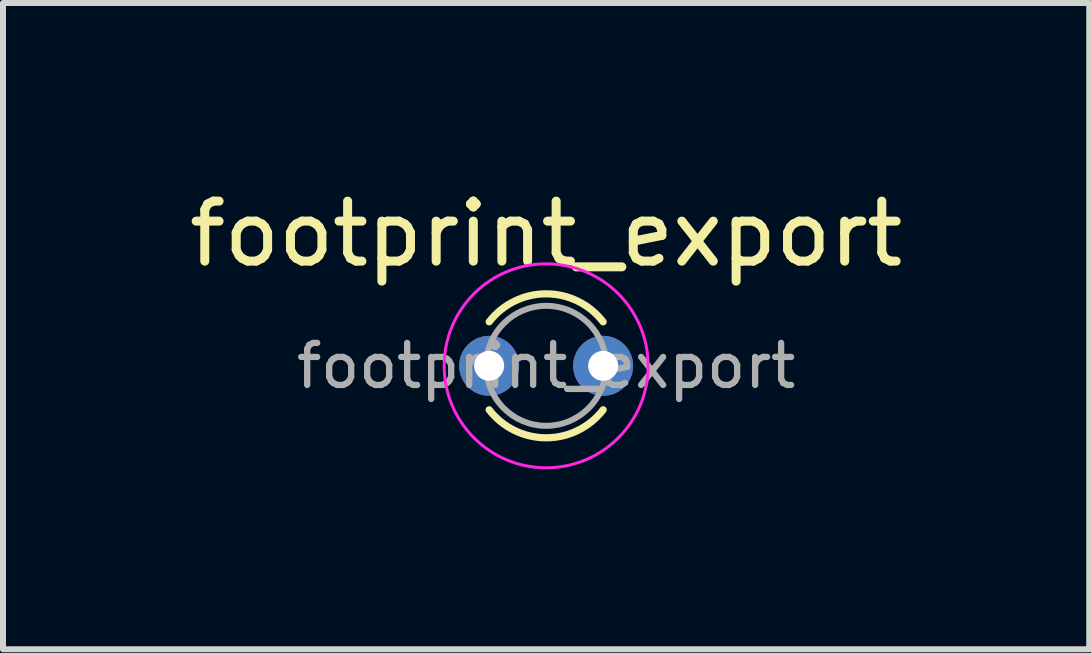
<source format=kicad_pcb>
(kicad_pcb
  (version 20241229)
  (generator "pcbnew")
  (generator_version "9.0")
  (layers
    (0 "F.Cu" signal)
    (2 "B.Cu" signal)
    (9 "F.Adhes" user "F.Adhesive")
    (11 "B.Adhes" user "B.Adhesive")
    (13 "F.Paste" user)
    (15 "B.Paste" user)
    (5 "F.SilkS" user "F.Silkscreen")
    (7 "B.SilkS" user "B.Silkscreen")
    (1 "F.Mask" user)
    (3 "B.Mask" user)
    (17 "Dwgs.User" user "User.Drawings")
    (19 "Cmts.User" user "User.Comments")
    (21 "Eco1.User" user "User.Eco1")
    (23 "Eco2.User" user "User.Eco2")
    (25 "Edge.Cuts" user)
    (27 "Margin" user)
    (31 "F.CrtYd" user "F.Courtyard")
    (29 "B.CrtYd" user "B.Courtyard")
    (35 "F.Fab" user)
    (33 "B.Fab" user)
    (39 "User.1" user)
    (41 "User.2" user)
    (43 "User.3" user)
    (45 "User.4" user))
  (footprint "footprint_export"
    (layer "F.Cu")
    (at 5.104 3.048)
    (property "Reference" "footprint_export" (at 0.95 -2.2 0) (layer "F.SilkS") (effects (font (size 1 1) (thickness 0.15))))
    (attr through_hole)
    (fp_arc (start 0 -0.733144) (mid 0.950178 -1.2) (end 1.900217 -0.732863) (stroke (width 0.12) (type solid)) (layer "F.SilkS"))
    (fp_arc (start 1.900217 0.732863) (mid 0.950178 1.2) (end 0 0.733144) (stroke (width 0.12) (type solid)) (layer "F.SilkS"))
    (fp_circle (center 0.95 0) (end 2.65 0) (stroke (width 0.05) (type solid)) (fill no) (layer "F.CrtYd"))
    (fp_circle (center 0.95 0) (end 1.95 0) (stroke (width 0.1) (type solid)) (fill no) (layer "F.Fab"))
    (fp_text user "${REFERENCE}" (at 0.95 0 0) (layer "F.Fab") (effects (font (size 0.7 0.7) (thickness 0.105))))
    (pad "1" thru_hole circle (at 0 0) (size 1 1) (drill 0.5) (layers "*.Cu" "*.Mask"))
    (pad "2" thru_hole circle (at 1.9 0) (size 1 1) (drill 0.5) (layers "*.Cu" "*.Mask")))
  (gr_rect
    (start -3 -3)
    (end 15.107 7.773)
    (stroke (width 0.1) (type default))
    (fill no)
    (layer "Edge.Cuts")))
</source>
